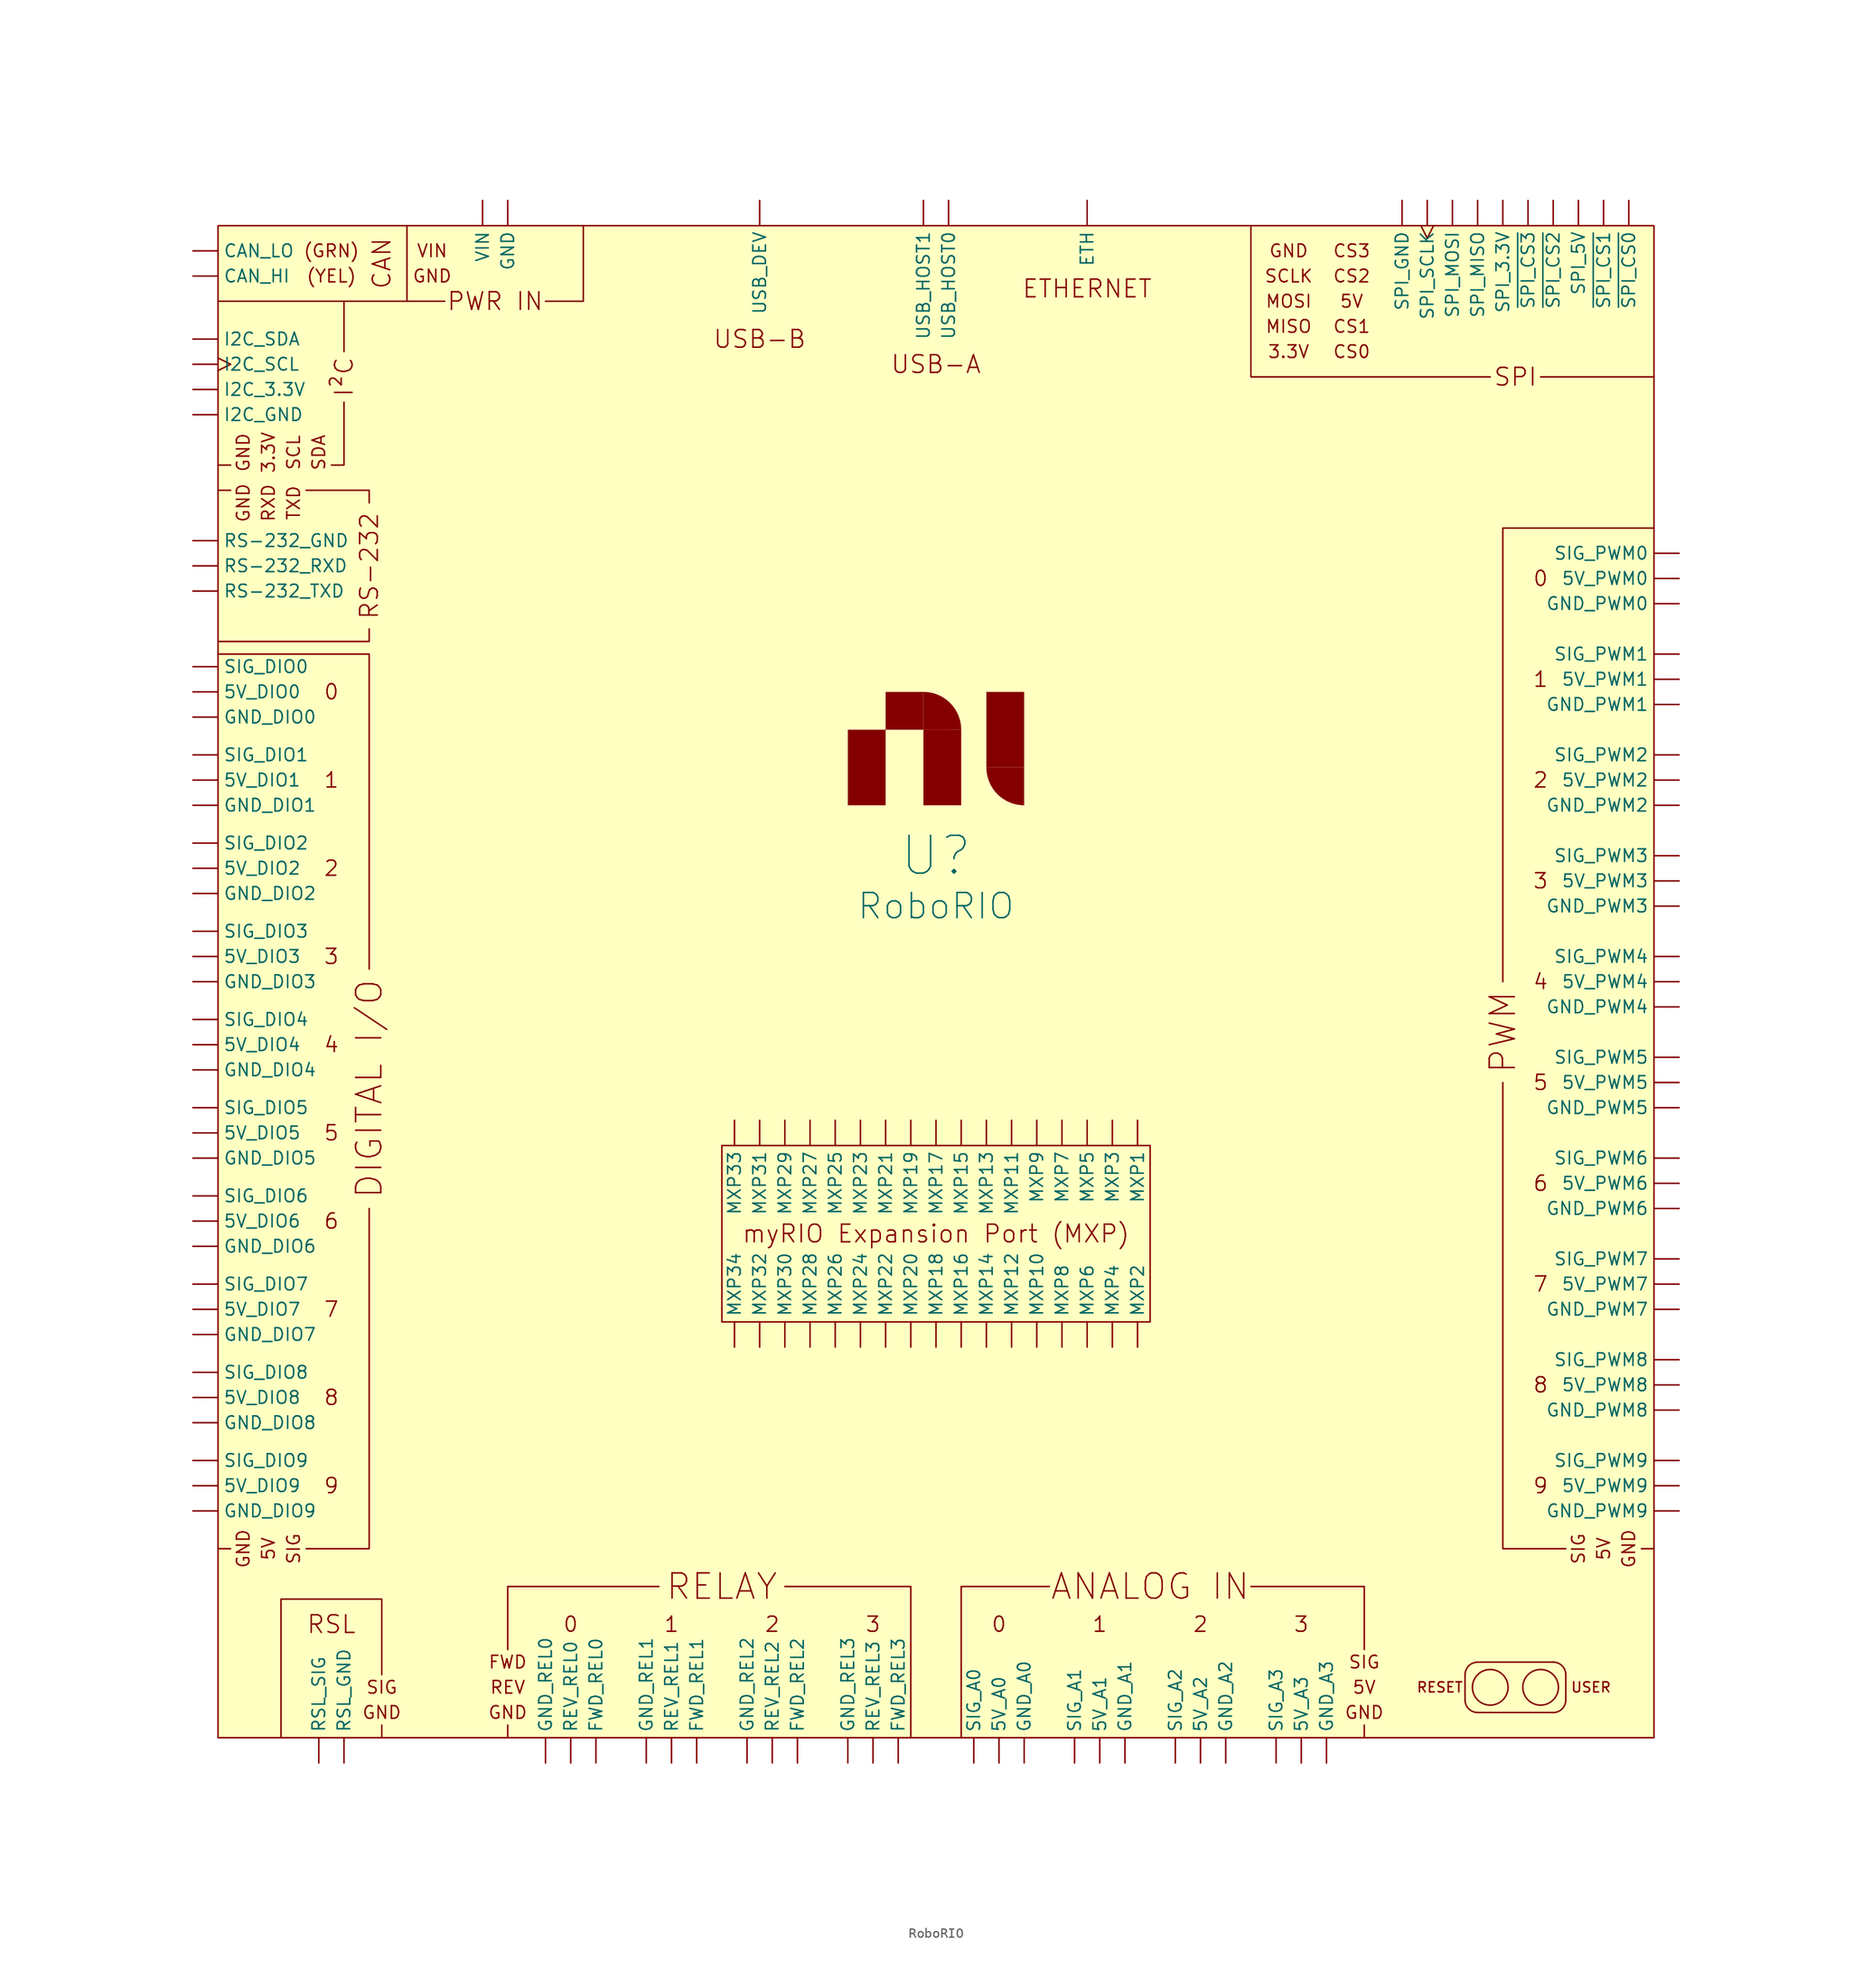
<source format=kicad_sym>
(kicad_symbol_lib
  (version 20220914)
  (generator kicad_symbol_editor)
  (symbol "RoboRIO"
    (property "Reference" "U"
      (at 0 12.7 0)
      (effects (font (size 3.81 3.81))))
    (property "Value" "RoboRIO"
      (at 0 7.62 0)
      (effects (font (size 2.54 2.54))))
    (symbol "RoboRIO_0_0"
      (rectangle (start -21.59 -16.51) (end 21.59 -34.29) (stroke (width 0) (type default)) (fill (type none)))
      (polyline (pts (xy -72.39 -57.15) (xy -71.12 -57.15)) (stroke (width 0) (type default)) (fill (type none)))
      (polyline (pts (xy -71.12 49.53) (xy -72.39 49.53)) (stroke (width 0) (type default)) (fill (type none)))
      (polyline (pts (xy -71.12 52.07) (xy -72.39 52.07)) (stroke (width 0) (type default)) (fill (type none)))
      (polyline (pts (xy -59.69 63.5) (xy -59.69 68.58)) (stroke (width 0) (type default)) (fill (type none)))
      (polyline (pts (xy -55.88 -76.2) (xy -55.88 -74.93)) (stroke (width 0) (type default)) (fill (type none)))
      (polyline (pts (xy -53.34 76.2) (xy -53.34 68.58)) (stroke (width 0) (type default)) (fill (type none)))
      (polyline (pts (xy -49.53 68.58) (xy -72.39 68.58)) (stroke (width 0) (type default)) (fill (type none)))
      (polyline (pts (xy -43.18 -74.93) (xy -43.18 -76.2)) (stroke (width 0) (type default)) (fill (type none)))
      (polyline (pts (xy 43.18 -76.2) (xy 43.18 -74.93)) (stroke (width 0) (type default)) (fill (type none)))
      (polyline (pts (xy 53.34 -72.39) (xy 53.34 -69.85)) (stroke (width 0) (type default)) (fill (type none)))
      (polyline (pts (xy 54.61 -73.66) (xy 62.23 -73.66)) (stroke (width 0) (type default)) (fill (type none)))
      (polyline (pts (xy 54.61 -68.58) (xy 62.23 -68.58)) (stroke (width 0) (type default)) (fill (type none)))
      (polyline (pts (xy 60.96 60.96) (xy 72.39 60.96)) (stroke (width 0) (type default)) (fill (type none)))
      (polyline (pts (xy 63.5 -72.39) (xy 63.5 -69.85)) (stroke (width 0) (type default)) (fill (type none)))
      (polyline (pts (xy 71.12 -57.15) (xy 72.39 -57.15)) (stroke (width 0) (type default)) (fill (type none)))
      (polyline (pts (xy -63.5 -57.15) (xy -57.15 -57.15) (xy -57.15 -22.86)) (stroke (width 0) (type default)) (fill (type none)))
      (polyline (pts (xy -59.69 58.42) (xy -59.69 52.07) (xy -60.96 52.07)) (stroke (width 0) (type default)) (fill (type none)))
      (polyline (pts (xy -57.15 1.27) (xy -57.15 33.02) (xy -72.39 33.02)) (stroke (width 0) (type default)) (fill (type none)))
      (polyline (pts (xy -57.15 35.56) (xy -57.15 34.29) (xy -72.39 34.29)) (stroke (width 0) (type default)) (fill (type none)))
      (polyline (pts (xy -57.15 48.26) (xy -57.15 49.53) (xy -63.5 49.53)) (stroke (width 0) (type default)) (fill (type none)))
      (polyline (pts (xy -39.37 68.58) (xy -35.56 68.58) (xy -35.56 76.2)) (stroke (width 0) (type default)) (fill (type none)))
      (polyline (pts (xy -27.94 -60.96) (xy -43.18 -60.96) (xy -43.18 -67.31)) (stroke (width 0) (type default)) (fill (type none)))
      (polyline (pts (xy -15.24 -60.96) (xy -2.54 -60.96) (xy -2.54 -76.2)) (stroke (width 0) (type default)) (fill (type none)))
      (polyline (pts (xy 11.43 -60.96) (xy 2.54 -60.96) (xy 2.54 -76.2)) (stroke (width 0) (type default)) (fill (type none)))
      (polyline (pts (xy 31.75 -60.96) (xy 43.18 -60.96) (xy 43.18 -67.31)) (stroke (width 0) (type default)) (fill (type none)))
      (polyline (pts (xy 55.88 60.96) (xy 31.75 60.96) (xy 31.75 76.2)) (stroke (width 0) (type default)) (fill (type none)))
      (polyline (pts (xy 57.15 -10.16) (xy 57.15 -57.15) (xy 63.5 -57.15)) (stroke (width 0) (type default)) (fill (type none)))
      (polyline (pts (xy 72.39 45.72) (xy 57.15 45.72) (xy 57.15 0)) (stroke (width 0) (type default)) (fill (type none)))
      (polyline (pts (xy -55.88 -69.85) (xy -55.88 -62.23) (xy -66.04 -62.23) (xy -66.04 -76.2)) (stroke (width 0) (type default)) (fill (type none)))
      (arc (start 53.34 -72.39) (mid 53.712 -73.288) (end 54.61 -73.66) (stroke (width 0) (type default)) (fill (type none)))
      (arc (start 54.61 -68.58) (mid 53.712 -68.952) (end 53.34 -69.85) (stroke (width 0) (type default)) (fill (type none)))
      (circle (center 55.88 -71.12) (radius 1.796) (stroke (width 0) (type default)) (fill (type none)))
      (circle (center 60.96 -71.12) (radius 1.796) (stroke (width 0) (type default)) (fill (type none)))
      (arc (start 62.23 -73.66) (mid 63.128 -73.288) (end 63.5 -72.39) (stroke (width 0) (type default)) (fill (type none)))
      (arc (start 63.5 -69.85) (mid 63.128 -68.952) (end 62.23 -68.58) (stroke (width 0) (type default)) (fill (type none)))
      (text "(GRN)" (at -60.96 73.66 0) (effects (font (size 1.27 1.27))))
      (text "(YEL)" (at -60.96 71.12 0) (effects (font (size 1.27 1.27))))
      (text "0" (at -60.96 29.21 0) (effects (font (size 1.524 1.524))))
      (text "0" (at -36.83 -64.77 0) (effects (font (size 1.524 1.524))))
      (text "0" (at 6.35 -64.77 0) (effects (font (size 1.524 1.524))))
      (text "0" (at 60.96 40.64 0) (effects (font (size 1.524 1.524))))
      (text "1" (at -60.96 20.32 0) (effects (font (size 1.524 1.524))))
      (text "1" (at -26.67 -64.77 0) (effects (font (size 1.524 1.524))))
      (text "1" (at 16.51 -64.77 0) (effects (font (size 1.524 1.524))))
      (text "1" (at 60.96 30.48 0) (effects (font (size 1.524 1.524))))
      (text "2" (at -60.96 11.43 0) (effects (font (size 1.524 1.524))))
      (text "2" (at -16.51 -64.77 0) (effects (font (size 1.524 1.524))))
      (text "2" (at 26.67 -64.77 0) (effects (font (size 1.524 1.524))))
      (text "2" (at 60.96 20.32 0) (effects (font (size 1.524 1.524))))
      (text "3" (at -60.96 2.54 0) (effects (font (size 1.524 1.524))))
      (text "3" (at -6.35 -64.77 0) (effects (font (size 1.524 1.524))))
      (text "3" (at 36.83 -64.77 0) (effects (font (size 1.524 1.524))))
      (text "3" (at 60.96 10.16 0) (effects (font (size 1.524 1.524))))
      (text "3.3V" (at -67.31 53.34 900) (effects (font (size 1.27 1.27))))
      (text "3.3V" (at 35.56 63.5 0) (effects (font (size 1.27 1.27))))
      (text "4" (at -60.96 -6.35 0) (effects (font (size 1.524 1.524))))
      (text "4" (at 60.96 0 0) (effects (font (size 1.524 1.524))))
      (text "5" (at -60.96 -15.24 0) (effects (font (size 1.524 1.524))))
      (text "5" (at 60.96 -10.16 0) (effects (font (size 1.524 1.524))))
      (text "5V" (at -67.31 -57.15 900) (effects (font (size 1.27 1.27))))
      (text "5V" (at 41.91 68.58 0) (effects (font (size 1.27 1.27))))
      (text "5V" (at 43.18 -71.12 0) (effects (font (size 1.27 1.27))))
      (text "5V" (at 67.31 -57.15 900) (effects (font (size 1.27 1.27))))
      (text "6" (at -60.96 -24.13 0) (effects (font (size 1.524 1.524))))
      (text "6" (at 60.96 -20.32 0) (effects (font (size 1.524 1.524))))
      (text "7" (at -60.96 -33.02 0) (effects (font (size 1.524 1.524))))
      (text "7" (at 60.96 -30.48 0) (effects (font (size 1.524 1.524))))
      (text "8" (at -60.96 -41.91 0) (effects (font (size 1.524 1.524))))
      (text "8" (at 60.96 -40.64 0) (effects (font (size 1.524 1.524))))
      (text "9" (at -60.96 -50.8 0) (effects (font (size 1.524 1.524))))
      (text "9" (at 60.96 -50.8 0) (effects (font (size 1.524 1.524))))
      (text "ANALOG IN" (at 21.59 -60.96 0) (effects (font (size 2.54 2.54))))
      (text "CAN" (at -55.88 72.39 900) (effects (font (size 1.778 1.778))))
      (text "CS0" (at 41.91 63.5 0) (effects (font (size 1.27 1.27))))
      (text "CS1" (at 41.91 66.04 0) (effects (font (size 1.27 1.27))))
      (text "CS2" (at 41.91 71.12 0) (effects (font (size 1.27 1.27))))
      (text "CS3" (at 41.91 73.66 0) (effects (font (size 1.27 1.27))))
      (text "DIGITAL I/O" (at -57.15 -10.795 900) (effects (font (size 2.54 2.54))))
      (text "ETHERNET" (at 15.24 69.85 0) (effects (font (size 1.778 1.778))))
      (text "FWD" (at -43.18 -68.58 0) (effects (font (size 1.27 1.27))))
      (text "GND" (at -69.85 -57.15 900) (effects (font (size 1.27 1.27))))
      (text "GND" (at -69.85 48.26 900) (effects (font (size 1.27 1.27))))
      (text "GND" (at -69.85 53.34 900) (effects (font (size 1.27 1.27))))
      (text "GND" (at -55.88 -73.66 0) (effects (font (size 1.27 1.27))))
      (text "GND" (at -50.8 71.12 0) (effects (font (size 1.27 1.27))))
      (text "GND" (at -43.18 -73.66 0) (effects (font (size 1.27 1.27))))
      (text "GND" (at 35.56 73.66 0) (effects (font (size 1.27 1.27))))
      (text "GND" (at 43.18 -73.66 0) (effects (font (size 1.27 1.27))))
      (text "GND" (at 69.85 -57.15 900) (effects (font (size 1.27 1.27))))
      (text "I²C" (at -59.69 60.96 900) (effects (font (size 1.778 1.778))))
      (text "MISO" (at 35.56 66.04 0) (effects (font (size 1.27 1.27))))
      (text "MOSI" (at 35.56 68.58 0) (effects (font (size 1.27 1.27))))
      (text "myRIO Expansion Port (MXP)" (at 0 -25.4 0) (effects (font (size 1.778 1.778))))
      (text "PWM" (at 57.15 -5.08 900) (effects (font (size 2.54 2.54))))
      (text "PWR IN" (at -44.45 68.58 0) (effects (font (size 1.778 1.778))))
      (text "RELAY" (at -21.59 -60.96 0) (effects (font (size 2.54 2.54))))
      (text "RESET" (at 50.8 -71.12 0) (effects (font (size 1.016 1.016))))
      (text "REV" (at -43.18 -71.12 0) (effects (font (size 1.27 1.27))))
      (text "RS-232" (at -57.15 41.91 900) (effects (font (size 1.778 1.778))))
      (text "RSL" (at -60.96 -64.77 0) (effects (font (size 1.778 1.778))))
      (text "RXD" (at -67.31 48.26 900) (effects (font (size 1.27 1.27))))
      (text "SCL" (at -64.77 53.34 900) (effects (font (size 1.27 1.27))))
      (text "SCLK" (at 35.56 71.12 0) (effects (font (size 1.27 1.27))))
      (text "SDA" (at -62.23 53.34 900) (effects (font (size 1.27 1.27))))
      (text "SIG" (at -64.77 -57.15 900) (effects (font (size 1.27 1.27))))
      (text "SIG" (at -55.88 -71.12 0) (effects (font (size 1.27 1.27))))
      (text "SIG" (at 43.18 -68.58 0) (effects (font (size 1.27 1.27))))
      (text "SIG" (at 64.77 -57.15 900) (effects (font (size 1.27 1.27))))
      (text "SPI" (at 58.42 60.96 0) (effects (font (size 1.778 1.778))))
      (text "TXD" (at -64.77 48.26 900) (effects (font (size 1.27 1.27))))
      (text "USB-A" (at 0 62.23 0) (effects (font (size 1.778 1.778))))
      (text "USB-B" (at -17.78 64.77 0) (effects (font (size 1.778 1.778))))
      (text "USER" (at 66.04 -71.12 0) (effects (font (size 1.016 1.016))))
      (text "VIN" (at -50.8 73.66 0) (effects (font (size 1.27 1.27)))))
    (symbol "RoboRIO_0_1"
      (rectangle (start -72.39 76.2) (end 72.39 -76.2) (stroke (width 0) (type default)) (fill (type background))))
    (symbol "RoboRIO_1_1"
      (rectangle (start -8.89 25.4) (end -5.08 17.78) (stroke (width -0.0001) (type default)) (fill (type outline)))
      (rectangle (start -5.08 29.21) (end -1.27 25.4) (stroke (width -0.0001) (type default)) (fill (type outline)))
      (rectangle (start -1.27 25.4) (end 2.54 17.78) (stroke (width -0.0001) (type default)) (fill (type outline)))
      (arc (start 2.54 25.4) (mid 1.4241 28.0941) (end -1.27 29.21) (stroke (width -0.0001) (type default)) (fill (type outline)))
      (arc (start 5.08 21.59) (mid 6.1959 18.8959) (end 8.89 17.78) (stroke (width -0.0001) (type default)) (fill (type outline)))
      (rectangle (start 5.08 29.21) (end 8.89 21.59) (stroke (width -0.0001) (type default)) (fill (type outline)))
      (pin power_out line (at 6.35 -78.74 90) (length 2.54) (name "5V_A0" (effects (font (size 1.27 1.27)))) (number "" (effects (font (size 1.27 1.27)))))
      (pin power_out line (at 16.51 -78.74 90) (length 2.54) (name "5V_A1" (effects (font (size 1.27 1.27)))) (number "" (effects (font (size 1.27 1.27)))))
      (pin power_out line (at 26.67 -78.74 90) (length 2.54) (name "5V_A2" (effects (font (size 1.27 1.27)))) (number "" (effects (font (size 1.27 1.27)))))
      (pin power_out line (at 36.83 -78.74 90) (length 2.54) (name "5V_A3" (effects (font (size 1.27 1.27)))) (number "" (effects (font (size 1.27 1.27)))))
      (pin power_out line (at -74.93 29.21 0) (length 2.54) (name "5V_DIO0" (effects (font (size 1.27 1.27)))) (number "" (effects (font (size 1.27 1.27)))))
      (pin power_out line (at -74.93 20.32 0) (length 2.54) (name "5V_DIO1" (effects (font (size 1.27 1.27)))) (number "" (effects (font (size 1.27 1.27)))))
      (pin power_out line (at -74.93 11.43 0) (length 2.54) (name "5V_DIO2" (effects (font (size 1.27 1.27)))) (number "" (effects (font (size 1.27 1.27)))))
      (pin power_out line (at -74.93 2.54 0) (length 2.54) (name "5V_DIO3" (effects (font (size 1.27 1.27)))) (number "" (effects (font (size 1.27 1.27)))))
      (pin power_out line (at -74.93 -6.35 0) (length 2.54) (name "5V_DIO4" (effects (font (size 1.27 1.27)))) (number "" (effects (font (size 1.27 1.27)))))
      (pin power_out line (at -74.93 -15.24 0) (length 2.54) (name "5V_DIO5" (effects (font (size 1.27 1.27)))) (number "" (effects (font (size 1.27 1.27)))))
      (pin power_out line (at -74.93 -24.13 0) (length 2.54) (name "5V_DIO6" (effects (font (size 1.27 1.27)))) (number "" (effects (font (size 1.27 1.27)))))
      (pin power_out line (at -74.93 -33.02 0) (length 2.54) (name "5V_DIO7" (effects (font (size 1.27 1.27)))) (number "" (effects (font (size 1.27 1.27)))))
      (pin power_out line (at -74.93 -41.91 0) (length 2.54) (name "5V_DIO8" (effects (font (size 1.27 1.27)))) (number "" (effects (font (size 1.27 1.27)))))
      (pin power_out line (at -74.93 -50.8 0) (length 2.54) (name "5V_DIO9" (effects (font (size 1.27 1.27)))) (number "" (effects (font (size 1.27 1.27)))))
      (pin power_out line (at 74.93 40.64 180) (length 2.54) (name "5V_PWM0" (effects (font (size 1.27 1.27)))) (number "" (effects (font (size 1.27 1.27)))))
      (pin power_out line (at 74.93 30.48 180) (length 2.54) (name "5V_PWM1" (effects (font (size 1.27 1.27)))) (number "" (effects (font (size 1.27 1.27)))))
      (pin power_out line (at 74.93 20.32 180) (length 2.54) (name "5V_PWM2" (effects (font (size 1.27 1.27)))) (number "" (effects (font (size 1.27 1.27)))))
      (pin power_out line (at 74.93 10.16 180) (length 2.54) (name "5V_PWM3" (effects (font (size 1.27 1.27)))) (number "" (effects (font (size 1.27 1.27)))))
      (pin power_out line (at 74.93 0 180) (length 2.54) (name "5V_PWM4" (effects (font (size 1.27 1.27)))) (number "" (effects (font (size 1.27 1.27)))))
      (pin power_out line (at 74.93 -10.16 180) (length 2.54) (name "5V_PWM5" (effects (font (size 1.27 1.27)))) (number "" (effects (font (size 1.27 1.27)))))
      (pin power_out line (at 74.93 -20.32 180) (length 2.54) (name "5V_PWM6" (effects (font (size 1.27 1.27)))) (number "" (effects (font (size 1.27 1.27)))))
      (pin power_out line (at 74.93 -30.48 180) (length 2.54) (name "5V_PWM7" (effects (font (size 1.27 1.27)))) (number "" (effects (font (size 1.27 1.27)))))
      (pin power_out line (at 74.93 -40.64 180) (length 2.54) (name "5V_PWM8" (effects (font (size 1.27 1.27)))) (number "" (effects (font (size 1.27 1.27)))))
      (pin power_out line (at 74.93 -50.8 180) (length 2.54) (name "5V_PWM9" (effects (font (size 1.27 1.27)))) (number "" (effects (font (size 1.27 1.27)))))
      (pin bidirectional line (at -74.93 71.12 0) (length 2.54) (name "CAN_HI" (effects (font (size 1.27 1.27)))) (number "" (effects (font (size 1.27 1.27)))))
      (pin bidirectional line (at -74.93 73.66 0) (length 2.54) (name "CAN_LO" (effects (font (size 1.27 1.27)))) (number "" (effects (font (size 1.27 1.27)))))
      (pin bidirectional line (at 15.24 78.74 270) (length 2.54) (name "ETH" (effects (font (size 1.27 1.27)))) (number "" (effects (font (size 1.27 1.27)))))
      (pin output line (at -34.29 -78.74 90) (length 2.54) (name "FWD_REL0" (effects (font (size 1.27 1.27)))) (number "" (effects (font (size 1.27 1.27)))))
      (pin output line (at -24.13 -78.74 90) (length 2.54) (name "FWD_REL1" (effects (font (size 1.27 1.27)))) (number "" (effects (font (size 1.27 1.27)))))
      (pin output line (at -13.97 -78.74 90) (length 2.54) (name "FWD_REL2" (effects (font (size 1.27 1.27)))) (number "" (effects (font (size 1.27 1.27)))))
      (pin output line (at -3.81 -78.74 90) (length 2.54) (name "FWD_REL3" (effects (font (size 1.27 1.27)))) (number "" (effects (font (size 1.27 1.27)))))
      (pin power_in line (at -43.18 78.74 270) (length 2.54) (name "GND" (effects (font (size 1.27 1.27)))) (number "" (effects (font (size 1.27 1.27)))))
      (pin power_out line (at 8.89 -78.74 90) (length 2.54) (name "GND_A0" (effects (font (size 1.27 1.27)))) (number "" (effects (font (size 1.27 1.27)))))
      (pin power_out line (at 19.05 -78.74 90) (length 2.54) (name "GND_A1" (effects (font (size 1.27 1.27)))) (number "" (effects (font (size 1.27 1.27)))))
      (pin power_out line (at 29.21 -78.74 90) (length 2.54) (name "GND_A2" (effects (font (size 1.27 1.27)))) (number "" (effects (font (size 1.27 1.27)))))
      (pin power_out line (at 39.37 -78.74 90) (length 2.54) (name "GND_A3" (effects (font (size 1.27 1.27)))) (number "" (effects (font (size 1.27 1.27)))))
      (pin power_out line (at -74.93 26.67 0) (length 2.54) (name "GND_DIO0" (effects (font (size 1.27 1.27)))) (number "" (effects (font (size 1.27 1.27)))))
      (pin power_out line (at -74.93 17.78 0) (length 2.54) (name "GND_DIO1" (effects (font (size 1.27 1.27)))) (number "" (effects (font (size 1.27 1.27)))))
      (pin power_out line (at -74.93 8.89 0) (length 2.54) (name "GND_DIO2" (effects (font (size 1.27 1.27)))) (number "" (effects (font (size 1.27 1.27)))))
      (pin power_out line (at -74.93 0 0) (length 2.54) (name "GND_DIO3" (effects (font (size 1.27 1.27)))) (number "" (effects (font (size 1.27 1.27)))))
      (pin power_out line (at -74.93 -8.89 0) (length 2.54) (name "GND_DIO4" (effects (font (size 1.27 1.27)))) (number "" (effects (font (size 1.27 1.27)))))
      (pin power_out line (at -74.93 -17.78 0) (length 2.54) (name "GND_DIO5" (effects (font (size 1.27 1.27)))) (number "" (effects (font (size 1.27 1.27)))))
      (pin power_out line (at -74.93 -26.67 0) (length 2.54) (name "GND_DIO6" (effects (font (size 1.27 1.27)))) (number "" (effects (font (size 1.27 1.27)))))
      (pin power_out line (at -74.93 -35.56 0) (length 2.54) (name "GND_DIO7" (effects (font (size 1.27 1.27)))) (number "" (effects (font (size 1.27 1.27)))))
      (pin power_out line (at -74.93 -44.45 0) (length 2.54) (name "GND_DIO8" (effects (font (size 1.27 1.27)))) (number "" (effects (font (size 1.27 1.27)))))
      (pin power_out line (at -74.93 -53.34 0) (length 2.54) (name "GND_DIO9" (effects (font (size 1.27 1.27)))) (number "" (effects (font (size 1.27 1.27)))))
      (pin power_out line (at 74.93 38.1 180) (length 2.54) (name "GND_PWM0" (effects (font (size 1.27 1.27)))) (number "" (effects (font (size 1.27 1.27)))))
      (pin power_out line (at 74.93 27.94 180) (length 2.54) (name "GND_PWM1" (effects (font (size 1.27 1.27)))) (number "" (effects (font (size 1.27 1.27)))))
      (pin power_out line (at 74.93 17.78 180) (length 2.54) (name "GND_PWM2" (effects (font (size 1.27 1.27)))) (number "" (effects (font (size 1.27 1.27)))))
      (pin power_out line (at 74.93 7.62 180) (length 2.54) (name "GND_PWM3" (effects (font (size 1.27 1.27)))) (number "" (effects (font (size 1.27 1.27)))))
      (pin power_out line (at 74.93 -2.54 180) (length 2.54) (name "GND_PWM4" (effects (font (size 1.27 1.27)))) (number "" (effects (font (size 1.27 1.27)))))
      (pin power_out line (at 74.93 -12.7 180) (length 2.54) (name "GND_PWM5" (effects (font (size 1.27 1.27)))) (number "" (effects (font (size 1.27 1.27)))))
      (pin power_out line (at 74.93 -22.86 180) (length 2.54) (name "GND_PWM6" (effects (font (size 1.27 1.27)))) (number "" (effects (font (size 1.27 1.27)))))
      (pin power_out line (at 74.93 -33.02 180) (length 2.54) (name "GND_PWM7" (effects (font (size 1.27 1.27)))) (number "" (effects (font (size 1.27 1.27)))))
      (pin power_out line (at 74.93 -43.18 180) (length 2.54) (name "GND_PWM8" (effects (font (size 1.27 1.27)))) (number "" (effects (font (size 1.27 1.27)))))
      (pin power_out line (at 74.93 -53.34 180) (length 2.54) (name "GND_PWM9" (effects (font (size 1.27 1.27)))) (number "" (effects (font (size 1.27 1.27)))))
      (pin power_out line (at -39.37 -78.74 90) (length 2.54) (name "GND_REL0" (effects (font (size 1.27 1.27)))) (number "" (effects (font (size 1.27 1.27)))))
      (pin power_out line (at -29.21 -78.74 90) (length 2.54) (name "GND_REL1" (effects (font (size 1.27 1.27)))) (number "" (effects (font (size 1.27 1.27)))))
      (pin power_out line (at -19.05 -78.74 90) (length 2.54) (name "GND_REL2" (effects (font (size 1.27 1.27)))) (number "" (effects (font (size 1.27 1.27)))))
      (pin power_out line (at -8.89 -78.74 90) (length 2.54) (name "GND_REL3" (effects (font (size 1.27 1.27)))) (number "" (effects (font (size 1.27 1.27)))))
      (pin output line (at -74.93 59.69 0) (length 2.54) (name "I2C_3.3V" (effects (font (size 1.27 1.27)))) (number "" (effects (font (size 1.27 1.27)))))
      (pin power_out line (at -74.93 57.15 0) (length 2.54) (name "I2C_GND" (effects (font (size 1.27 1.27)))) (number "" (effects (font (size 1.27 1.27)))))
      (pin output clock (at -74.93 62.23 0) (length 2.54) (name "I2C_SCL" (effects (font (size 1.27 1.27)))) (number "" (effects (font (size 1.27 1.27)))))
      (pin bidirectional line (at -74.93 64.77 0) (length 2.54) (name "I2C_SDA" (effects (font (size 1.27 1.27)))) (number "" (effects (font (size 1.27 1.27)))))
      (pin bidirectional line (at 20.32 -13.97 270) (length 2.54) (name "MXP1" (effects (font (size 1.27 1.27)))) (number "" (effects (font (size 1.27 1.27)))))
      (pin bidirectional line (at 10.16 -36.83 90) (length 2.54) (name "MXP10" (effects (font (size 1.27 1.27)))) (number "" (effects (font (size 1.27 1.27)))))
      (pin bidirectional line (at 7.62 -13.97 270) (length 2.54) (name "MXP11" (effects (font (size 1.27 1.27)))) (number "" (effects (font (size 1.27 1.27)))))
      (pin bidirectional line (at 7.62 -36.83 90) (length 2.54) (name "MXP12" (effects (font (size 1.27 1.27)))) (number "" (effects (font (size 1.27 1.27)))))
      (pin bidirectional line (at 5.08 -13.97 270) (length 2.54) (name "MXP13" (effects (font (size 1.27 1.27)))) (number "" (effects (font (size 1.27 1.27)))))
      (pin bidirectional line (at 5.08 -36.83 90) (length 2.54) (name "MXP14" (effects (font (size 1.27 1.27)))) (number "" (effects (font (size 1.27 1.27)))))
      (pin bidirectional line (at 2.54 -13.97 270) (length 2.54) (name "MXP15" (effects (font (size 1.27 1.27)))) (number "" (effects (font (size 1.27 1.27)))))
      (pin bidirectional line (at 2.54 -36.83 90) (length 2.54) (name "MXP16" (effects (font (size 1.27 1.27)))) (number "" (effects (font (size 1.27 1.27)))))
      (pin bidirectional line (at 0 -13.97 270) (length 2.54) (name "MXP17" (effects (font (size 1.27 1.27)))) (number "" (effects (font (size 1.27 1.27)))))
      (pin bidirectional line (at 0 -36.83 90) (length 2.54) (name "MXP18" (effects (font (size 1.27 1.27)))) (number "" (effects (font (size 1.27 1.27)))))
      (pin bidirectional line (at -2.54 -13.97 270) (length 2.54) (name "MXP19" (effects (font (size 1.27 1.27)))) (number "" (effects (font (size 1.27 1.27)))))
      (pin bidirectional line (at 20.32 -36.83 90) (length 2.54) (name "MXP2" (effects (font (size 1.27 1.27)))) (number "" (effects (font (size 1.27 1.27)))))
      (pin bidirectional line (at -2.54 -36.83 90) (length 2.54) (name "MXP20" (effects (font (size 1.27 1.27)))) (number "" (effects (font (size 1.27 1.27)))))
      (pin bidirectional line (at -5.08 -13.97 270) (length 2.54) (name "MXP21" (effects (font (size 1.27 1.27)))) (number "" (effects (font (size 1.27 1.27)))))
      (pin bidirectional line (at -5.08 -36.83 90) (length 2.54) (name "MXP22" (effects (font (size 1.27 1.27)))) (number "" (effects (font (size 1.27 1.27)))))
      (pin bidirectional line (at -7.62 -13.97 270) (length 2.54) (name "MXP23" (effects (font (size 1.27 1.27)))) (number "" (effects (font (size 1.27 1.27)))))
      (pin bidirectional line (at -7.62 -36.83 90) (length 2.54) (name "MXP24" (effects (font (size 1.27 1.27)))) (number "" (effects (font (size 1.27 1.27)))))
      (pin bidirectional line (at -10.16 -13.97 270) (length 2.54) (name "MXP25" (effects (font (size 1.27 1.27)))) (number "" (effects (font (size 1.27 1.27)))))
      (pin bidirectional line (at -10.16 -36.83 90) (length 2.54) (name "MXP26" (effects (font (size 1.27 1.27)))) (number "" (effects (font (size 1.27 1.27)))))
      (pin bidirectional line (at -12.7 -13.97 270) (length 2.54) (name "MXP27" (effects (font (size 1.27 1.27)))) (number "" (effects (font (size 1.27 1.27)))))
      (pin bidirectional line (at -12.7 -36.83 90) (length 2.54) (name "MXP28" (effects (font (size 1.27 1.27)))) (number "" (effects (font (size 1.27 1.27)))))
      (pin bidirectional line (at -15.24 -13.97 270) (length 2.54) (name "MXP29" (effects (font (size 1.27 1.27)))) (number "" (effects (font (size 1.27 1.27)))))
      (pin bidirectional line (at 17.78 -13.97 270) (length 2.54) (name "MXP3" (effects (font (size 1.27 1.27)))) (number "" (effects (font (size 1.27 1.27)))))
      (pin bidirectional line (at -15.24 -36.83 90) (length 2.54) (name "MXP30" (effects (font (size 1.27 1.27)))) (number "" (effects (font (size 1.27 1.27)))))
      (pin bidirectional line (at -17.78 -13.97 270) (length 2.54) (name "MXP31" (effects (font (size 1.27 1.27)))) (number "" (effects (font (size 1.27 1.27)))))
      (pin bidirectional line (at -17.78 -36.83 90) (length 2.54) (name "MXP32" (effects (font (size 1.27 1.27)))) (number "" (effects (font (size 1.27 1.27)))))
      (pin bidirectional line (at -20.32 -13.97 270) (length 2.54) (name "MXP33" (effects (font (size 1.27 1.27)))) (number "" (effects (font (size 1.27 1.27)))))
      (pin bidirectional line (at -20.32 -36.83 90) (length 2.54) (name "MXP34" (effects (font (size 1.27 1.27)))) (number "" (effects (font (size 1.27 1.27)))))
      (pin bidirectional line (at 17.78 -36.83 90) (length 2.54) (name "MXP4" (effects (font (size 1.27 1.27)))) (number "" (effects (font (size 1.27 1.27)))))
      (pin bidirectional line (at 15.24 -13.97 270) (length 2.54) (name "MXP5" (effects (font (size 1.27 1.27)))) (number "" (effects (font (size 1.27 1.27)))))
      (pin bidirectional line (at 15.24 -36.83 90) (length 2.54) (name "MXP6" (effects (font (size 1.27 1.27)))) (number "" (effects (font (size 1.27 1.27)))))
      (pin bidirectional line (at 12.7 -13.97 270) (length 2.54) (name "MXP7" (effects (font (size 1.27 1.27)))) (number "" (effects (font (size 1.27 1.27)))))
      (pin bidirectional line (at 12.7 -36.83 90) (length 2.54) (name "MXP8" (effects (font (size 1.27 1.27)))) (number "" (effects (font (size 1.27 1.27)))))
      (pin bidirectional line (at 10.16 -13.97 270) (length 2.54) (name "MXP9" (effects (font (size 1.27 1.27)))) (number "" (effects (font (size 1.27 1.27)))))
      (pin output line (at -36.83 -78.74 90) (length 2.54) (name "REV_REL0" (effects (font (size 1.27 1.27)))) (number "" (effects (font (size 1.27 1.27)))))
      (pin output line (at -26.67 -78.74 90) (length 2.54) (name "REV_REL1" (effects (font (size 1.27 1.27)))) (number "" (effects (font (size 1.27 1.27)))))
      (pin output line (at -16.51 -78.74 90) (length 2.54) (name "REV_REL2" (effects (font (size 1.27 1.27)))) (number "" (effects (font (size 1.27 1.27)))))
      (pin output line (at -6.35 -78.74 90) (length 2.54) (name "REV_REL3" (effects (font (size 1.27 1.27)))) (number "" (effects (font (size 1.27 1.27)))))
      (pin power_out line (at -74.93 44.45 0) (length 2.54) (name "RS-232_GND" (effects (font (size 1.27 1.27)))) (number "" (effects (font (size 1.27 1.27)))))
      (pin output line (at -74.93 41.91 0) (length 2.54) (name "RS-232_RXD" (effects (font (size 1.27 1.27)))) (number "" (effects (font (size 1.27 1.27)))))
      (pin output line (at -74.93 39.37 0) (length 2.54) (name "RS-232_TXD" (effects (font (size 1.27 1.27)))) (number "" (effects (font (size 1.27 1.27)))))
      (pin power_out line (at -59.69 -78.74 90) (length 2.54) (name "RSL_GND" (effects (font (size 1.27 1.27)))) (number "" (effects (font (size 1.27 1.27)))))
      (pin output line (at -62.23 -78.74 90) (length 2.54) (name "RSL_SIG" (effects (font (size 1.27 1.27)))) (number "" (effects (font (size 1.27 1.27)))))
      (pin input line (at 3.81 -78.74 90) (length 2.54) (name "SIG_A0" (effects (font (size 1.27 1.27)))) (number "" (effects (font (size 1.27 1.27)))))
      (pin input line (at 13.97 -78.74 90) (length 2.54) (name "SIG_A1" (effects (font (size 1.27 1.27)))) (number "" (effects (font (size 1.27 1.27)))))
      (pin input line (at 24.13 -78.74 90) (length 2.54) (name "SIG_A2" (effects (font (size 1.27 1.27)))) (number "" (effects (font (size 1.27 1.27)))))
      (pin input line (at 34.29 -78.74 90) (length 2.54) (name "SIG_A3" (effects (font (size 1.27 1.27)))) (number "" (effects (font (size 1.27 1.27)))))
      (pin bidirectional line (at -74.93 31.75 0) (length 2.54) (name "SIG_DIO0" (effects (font (size 1.27 1.27)))) (number "" (effects (font (size 1.27 1.27)))))
      (pin bidirectional line (at -74.93 22.86 0) (length 2.54) (name "SIG_DIO1" (effects (font (size 1.27 1.27)))) (number "" (effects (font (size 1.27 1.27)))))
      (pin bidirectional line (at -74.93 13.97 0) (length 2.54) (name "SIG_DIO2" (effects (font (size 1.27 1.27)))) (number "" (effects (font (size 1.27 1.27)))))
      (pin bidirectional line (at -74.93 5.08 0) (length 2.54) (name "SIG_DIO3" (effects (font (size 1.27 1.27)))) (number "" (effects (font (size 1.27 1.27)))))
      (pin bidirectional line (at -74.93 -3.81 0) (length 2.54) (name "SIG_DIO4" (effects (font (size 1.27 1.27)))) (number "" (effects (font (size 1.27 1.27)))))
      (pin bidirectional line (at -74.93 -12.7 0) (length 2.54) (name "SIG_DIO5" (effects (font (size 1.27 1.27)))) (number "" (effects (font (size 1.27 1.27)))))
      (pin bidirectional line (at -74.93 -21.59 0) (length 2.54) (name "SIG_DIO6" (effects (font (size 1.27 1.27)))) (number "" (effects (font (size 1.27 1.27)))))
      (pin bidirectional line (at -74.93 -30.48 0) (length 2.54) (name "SIG_DIO7" (effects (font (size 1.27 1.27)))) (number "" (effects (font (size 1.27 1.27)))))
      (pin bidirectional line (at -74.93 -39.37 0) (length 2.54) (name "SIG_DIO8" (effects (font (size 1.27 1.27)))) (number "" (effects (font (size 1.27 1.27)))))
      (pin bidirectional line (at -74.93 -48.26 0) (length 2.54) (name "SIG_DIO9" (effects (font (size 1.27 1.27)))) (number "" (effects (font (size 1.27 1.27)))))
      (pin output line (at 74.93 43.18 180) (length 2.54) (name "SIG_PWM0" (effects (font (size 1.27 1.27)))) (number "" (effects (font (size 1.27 1.27)))))
      (pin output line (at 74.93 33.02 180) (length 2.54) (name "SIG_PWM1" (effects (font (size 1.27 1.27)))) (number "" (effects (font (size 1.27 1.27)))))
      (pin output line (at 74.93 22.86 180) (length 2.54) (name "SIG_PWM2" (effects (font (size 1.27 1.27)))) (number "" (effects (font (size 1.27 1.27)))))
      (pin output line (at 74.93 12.7 180) (length 2.54) (name "SIG_PWM3" (effects (font (size 1.27 1.27)))) (number "" (effects (font (size 1.27 1.27)))))
      (pin output line (at 74.93 2.54 180) (length 2.54) (name "SIG_PWM4" (effects (font (size 1.27 1.27)))) (number "" (effects (font (size 1.27 1.27)))))
      (pin output line (at 74.93 -7.62 180) (length 2.54) (name "SIG_PWM5" (effects (font (size 1.27 1.27)))) (number "" (effects (font (size 1.27 1.27)))))
      (pin output line (at 74.93 -17.78 180) (length 2.54) (name "SIG_PWM6" (effects (font (size 1.27 1.27)))) (number "" (effects (font (size 1.27 1.27)))))
      (pin output line (at 74.93 -27.94 180) (length 2.54) (name "SIG_PWM7" (effects (font (size 1.27 1.27)))) (number "" (effects (font (size 1.27 1.27)))))
      (pin output line (at 74.93 -38.1 180) (length 2.54) (name "SIG_PWM8" (effects (font (size 1.27 1.27)))) (number "" (effects (font (size 1.27 1.27)))))
      (pin output line (at 74.93 -48.26 180) (length 2.54) (name "SIG_PWM9" (effects (font (size 1.27 1.27)))) (number "" (effects (font (size 1.27 1.27)))))
      (pin power_out line (at 57.15 78.74 270) (length 2.54) (name "SPI_3.3V" (effects (font (size 1.27 1.27)))) (number "" (effects (font (size 1.27 1.27)))))
      (pin power_out line (at 64.77 78.74 270) (length 2.54) (name "SPI_5V" (effects (font (size 1.27 1.27)))) (number "" (effects (font (size 1.27 1.27)))))
      (pin power_out line (at 46.99 78.74 270) (length 2.54) (name "SPI_GND" (effects (font (size 1.27 1.27)))) (number "" (effects (font (size 1.27 1.27)))))
      (pin input line (at 54.61 78.74 270) (length 2.54) (name "SPI_MISO" (effects (font (size 1.27 1.27)))) (number "" (effects (font (size 1.27 1.27)))))
      (pin output line (at 52.07 78.74 270) (length 2.54) (name "SPI_MOSI" (effects (font (size 1.27 1.27)))) (number "" (effects (font (size 1.27 1.27)))))
      (pin output clock (at 49.53 78.74 270) (length 2.54) (name "SPI_SCLK" (effects (font (size 1.27 1.27)))) (number "" (effects (font (size 1.27 1.27)))))
      (pin bidirectional line (at -17.78 78.74 270) (length 2.54) (name "USB_DEV" (effects (font (size 1.27 1.27)))) (number "" (effects (font (size 1.27 1.27)))))
      (pin bidirectional line (at 1.27 78.74 270) (length 2.54) (name "USB_HOST0" (effects (font (size 1.27 1.27)))) (number "" (effects (font (size 1.27 1.27)))))
      (pin bidirectional line (at -1.27 78.74 270) (length 2.54) (name "USB_HOST1" (effects (font (size 1.27 1.27)))) (number "" (effects (font (size 1.27 1.27)))))
      (pin power_in line (at -45.72 78.74 270) (length 2.54) (name "VIN" (effects (font (size 1.27 1.27)))) (number "" (effects (font (size 1.27 1.27)))))
      (pin output line (at 69.85 78.74 270) (length 2.54) (name "~{SPI_CS0}" (effects (font (size 1.27 1.27)))) (number "" (effects (font (size 1.27 1.27)))))
      (pin output line (at 67.31 78.74 270) (length 2.54) (name "~{SPI_CS1}" (effects (font (size 1.27 1.27)))) (number "" (effects (font (size 1.27 1.27)))))
      (pin output line (at 62.23 78.74 270) (length 2.54) (name "~{SPI_CS2}" (effects (font (size 1.27 1.27)))) (number "" (effects (font (size 1.27 1.27)))))
      (pin output line (at 59.69 78.74 270) (length 2.54) (name "~{SPI_CS3}" (effects (font (size 1.27 1.27)))) (number "" (effects (font (size 1.27 1.27))))))))
</source>
